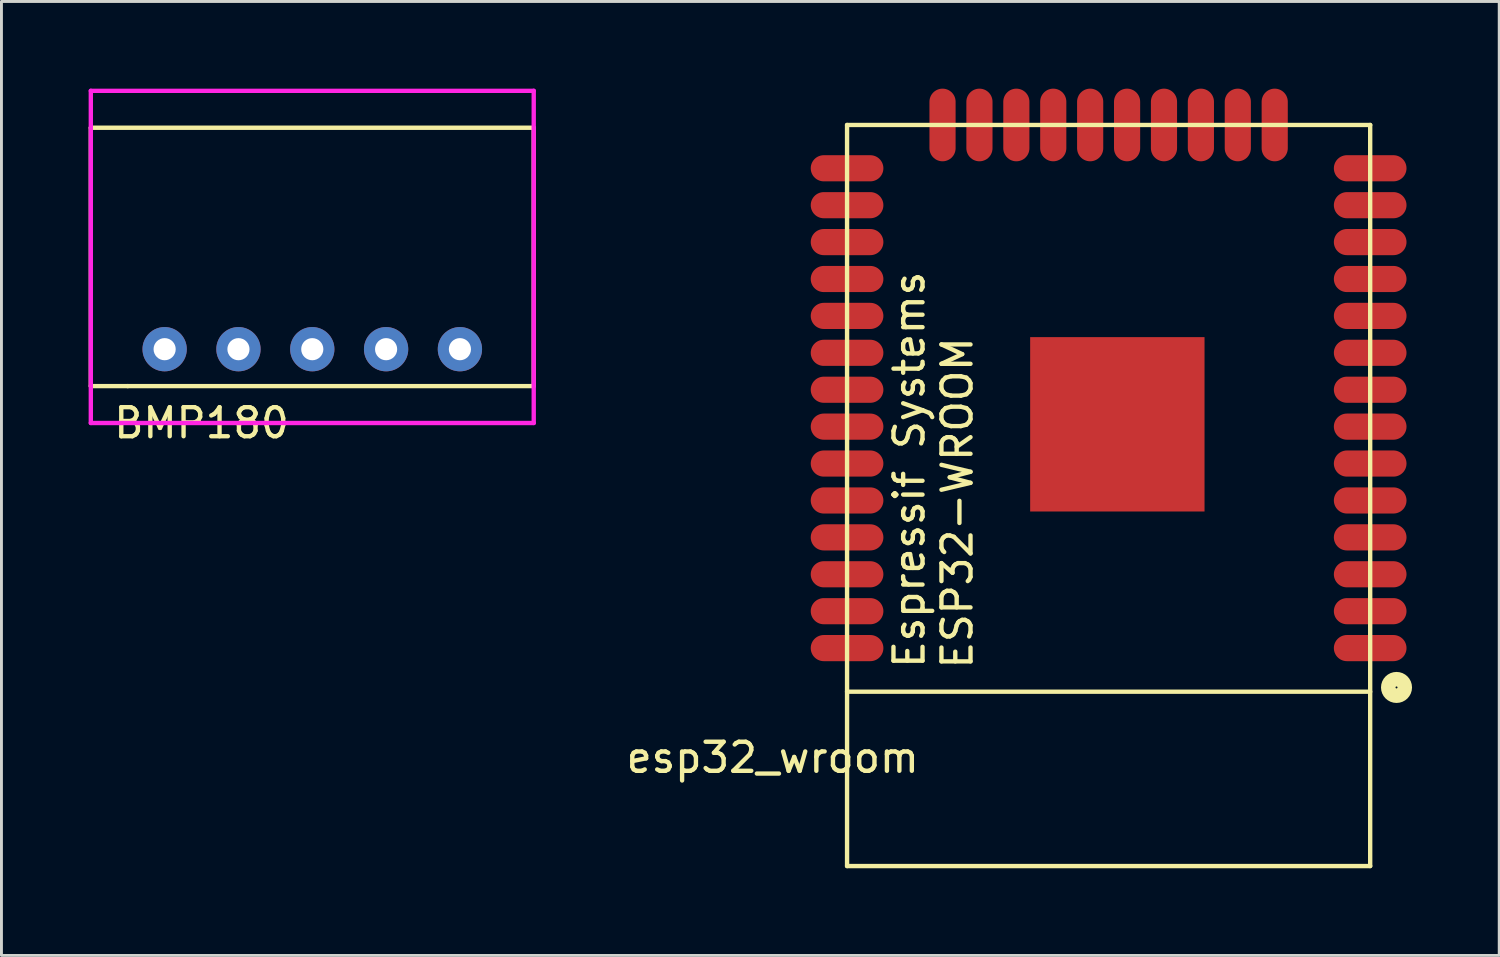
<source format=kicad_pcb>
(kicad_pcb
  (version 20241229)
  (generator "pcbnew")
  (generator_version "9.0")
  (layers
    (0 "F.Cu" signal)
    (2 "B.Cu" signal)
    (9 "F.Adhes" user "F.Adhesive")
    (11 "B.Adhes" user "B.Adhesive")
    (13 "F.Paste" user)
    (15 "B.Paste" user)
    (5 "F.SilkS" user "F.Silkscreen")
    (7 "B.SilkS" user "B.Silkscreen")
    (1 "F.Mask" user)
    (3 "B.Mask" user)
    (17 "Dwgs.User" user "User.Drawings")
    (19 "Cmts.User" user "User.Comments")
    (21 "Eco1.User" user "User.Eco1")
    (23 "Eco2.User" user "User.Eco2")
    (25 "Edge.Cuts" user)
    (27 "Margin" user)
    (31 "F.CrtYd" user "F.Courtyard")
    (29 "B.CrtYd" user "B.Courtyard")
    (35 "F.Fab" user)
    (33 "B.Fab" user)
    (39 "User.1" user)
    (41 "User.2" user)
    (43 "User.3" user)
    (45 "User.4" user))
  (footprint "esp32_wroom"
    (layer "F.Cu")
    (at 35.096 14)
    (property "Reference" "esp32_wroom" (at -11.557 9.017 0) (layer "F.SilkS") (effects (font (size 1 1) (thickness 0.15))))
    (attr through_hole)
    (fp_line (start -9 -12.75) (end 9 -12.75) (stroke (width 0.15) (type solid)) (layer "F.SilkS"))
    (fp_line (start -9 6.75) (end 9 6.75) (stroke (width 0.15) (type solid)) (layer "F.SilkS"))
    (fp_line (start -9 12.75) (end -9 -12.75) (stroke (width 0.15) (type solid)) (layer "F.SilkS"))
    (fp_line (start -9 12.75) (end 9 12.75) (stroke (width 0.15) (type solid)) (layer "F.SilkS"))
    (fp_line (start 9 12.75) (end 9 -12.75) (stroke (width 0.15) (type solid)) (layer "F.SilkS"))
    (fp_circle (center 9.906 6.604) (end 10.033 6.858) (stroke (width 0.5) (type solid)) (fill no) (layer "F.SilkS"))
    (fp_text user "ESP32-WROOM" (at -5.207 0.254 90) (layer "F.SilkS") (effects (font (size 1 1) (thickness 0.15))))
    (fp_text user "Espressif Systems" (at -6.858 -0.889 90) (layer "F.SilkS") (effects (font (size 1 1) (thickness 0.15))))
    (pad "1" smd oval (at 9 5.25) (size 2.5 0.9) (layers "F.Cu" "F.Mask" "F.Paste"))
    (pad "2" smd oval (at 9 3.98) (size 2.5 0.9) (layers "F.Cu" "F.Mask" "F.Paste"))
    (pad "3" smd oval (at 9 2.71) (size 2.5 0.9) (layers "F.Cu" "F.Mask" "F.Paste"))
    (pad "4" smd oval (at 9 1.44) (size 2.5 0.9) (layers "F.Cu" "F.Mask" "F.Paste"))
    (pad "5" smd oval (at 9 0.17) (size 2.5 0.9) (layers "F.Cu" "F.Mask" "F.Paste"))
    (pad "6" smd oval (at 9 -1.1) (size 2.5 0.9) (layers "F.Cu" "F.Mask" "F.Paste"))
    (pad "7" smd oval (at 9 -2.37) (size 2.5 0.9) (layers "F.Cu" "F.Mask" "F.Paste"))
    (pad "8" smd oval (at 9 -3.64) (size 2.5 0.9) (layers "F.Cu" "F.Mask" "F.Paste"))
    (pad "9" smd oval (at 9 -4.91) (size 2.5 0.9) (layers "F.Cu" "F.Mask" "F.Paste"))
    (pad "10" smd oval (at 9 -6.18) (size 2.5 0.9) (layers "F.Cu" "F.Mask" "F.Paste"))
    (pad "11" smd oval (at 9 -7.45) (size 2.5 0.9) (layers "F.Cu" "F.Mask" "F.Paste"))
    (pad "12" smd oval (at 9 -8.72) (size 2.5 0.9) (layers "F.Cu" "F.Mask" "F.Paste"))
    (pad "13" smd oval (at 9 -9.99) (size 2.5 0.9) (layers "F.Cu" "F.Mask" "F.Paste"))
    (pad "14" smd oval (at 9 -11.26) (size 2.5 0.9) (layers "F.Cu" "F.Mask" "F.Paste"))
    (pad "15" smd oval (at 5.715 -12.75) (size 0.9 2.5) (layers "F.Cu" "F.Mask" "F.Paste"))
    (pad "16" smd oval (at 4.445 -12.75) (size 0.9 2.5) (layers "F.Cu" "F.Mask" "F.Paste"))
    (pad "17" smd oval (at 3.175 -12.75) (size 0.9 2.5) (layers "F.Cu" "F.Mask" "F.Paste"))
    (pad "18" smd oval (at 1.905 -12.75) (size 0.9 2.5) (layers "F.Cu" "F.Mask" "F.Paste"))
    (pad "19" smd oval (at 0.635 -12.75) (size 0.9 2.5) (layers "F.Cu" "F.Mask" "F.Paste"))
    (pad "20" smd oval (at -0.635 -12.75) (size 0.9 2.5) (layers "F.Cu" "F.Mask" "F.Paste"))
    (pad "21" smd oval (at -1.905 -12.75) (size 0.9 2.5) (layers "F.Cu" "F.Mask" "F.Paste"))
    (pad "22" smd oval (at -3.175 -12.75) (size 0.9 2.5) (layers "F.Cu" "F.Mask" "F.Paste"))
    (pad "23" smd oval (at -4.445 -12.75) (size 0.9 2.5) (layers "F.Cu" "F.Mask" "F.Paste"))
    (pad "24" smd oval (at -5.715 -12.75) (size 0.9 2.5) (layers "F.Cu" "F.Mask" "F.Paste"))
    (pad "25" smd oval (at -9 -11.26) (size 2.5 0.9) (layers "F.Cu" "F.Mask" "F.Paste"))
    (pad "26" smd oval (at -9 -9.99) (size 2.5 0.9) (layers "F.Cu" "F.Mask" "F.Paste"))
    (pad "27" smd oval (at -9 -8.72) (size 2.5 0.9) (layers "F.Cu" "F.Mask" "F.Paste"))
    (pad "28" smd oval (at -9 -7.45) (size 2.5 0.9) (layers "F.Cu" "F.Mask" "F.Paste"))
    (pad "29" smd oval (at -9 -6.18) (size 2.5 0.9) (layers "F.Cu" "F.Mask" "F.Paste"))
    (pad "30" smd oval (at -9 -4.91) (size 2.5 0.9) (layers "F.Cu" "F.Mask" "F.Paste"))
    (pad "31" smd oval (at -9 -3.64) (size 2.5 0.9) (layers "F.Cu" "F.Mask" "F.Paste"))
    (pad "32" smd oval (at -9 -2.37) (size 2.5 0.9) (layers "F.Cu" "F.Mask" "F.Paste"))
    (pad "33" smd oval (at -9 -1.1) (size 2.5 0.9) (layers "F.Cu" "F.Mask" "F.Paste"))
    (pad "34" smd oval (at -9 0.17) (size 2.5 0.9) (layers "F.Cu" "F.Mask" "F.Paste"))
    (pad "35" smd oval (at -9 1.44) (size 2.5 0.9) (layers "F.Cu" "F.Mask" "F.Paste"))
    (pad "36" smd oval (at -9 2.71) (size 2.5 0.9) (layers "F.Cu" "F.Mask" "F.Paste"))
    (pad "37" smd oval (at -9 3.98) (size 2.5 0.9) (layers "F.Cu" "F.Mask" "F.Paste"))
    (pad "38" smd oval (at -9 5.25) (size 2.5 0.9) (layers "F.Cu" "F.Mask" "F.Paste"))
    (pad "39" smd rect (at 0.3 -2.45) (size 6 6) (layers "F.Cu" "F.Mask" "F.Paste")))
  (footprint "BMP180"
    (layer "F.Cu")
    (at 2.615 8.965)
    (property "Reference" "BMP180" (at 1.27 2.54 0) (layer "F.SilkS") (effects (font (size 1 1) (thickness 0.15))))
    (attr through_hole)
    (fp_line (start -2.54 -7.62) (end -2.54 1.27) (stroke (width 0.15) (type solid)) (layer "F.SilkS"))
    (fp_line (start -2.54 1.27) (end -1.27 1.27) (stroke (width 0.15) (type solid)) (layer "F.SilkS"))
    (fp_line (start -1.27 1.27) (end 12.7 1.27) (stroke (width 0.15) (type solid)) (layer "F.SilkS"))
    (fp_line (start 12.7 -7.62) (end -2.54 -7.62) (stroke (width 0.15) (type solid)) (layer "F.SilkS"))
    (fp_line (start 12.7 1.27) (end 12.7 -7.62) (stroke (width 0.15) (type solid)) (layer "F.SilkS"))
    (fp_line (start -2.54 -8.89) (end 12.7 -8.89) (stroke (width 0.15) (type solid)) (layer "F.CrtYd"))
    (fp_line (start -2.54 2.54) (end -2.54 -8.89) (stroke (width 0.15) (type solid)) (layer "F.CrtYd"))
    (fp_line (start 12.7 -8.89) (end 12.7 2.54) (stroke (width 0.15) (type solid)) (layer "F.CrtYd"))
    (fp_line (start 12.7 2.54) (end -2.54 2.54) (stroke (width 0.15) (type solid)) (layer "F.CrtYd"))
    (pad "1" thru_hole circle (at 0 0) (size 1.524 1.524) (drill 0.762) (layers "*.Cu" "*.Mask"))
    (pad "2" thru_hole circle (at 2.54 0) (size 1.524 1.524) (drill 0.762) (layers "*.Cu" "*.Mask"))
    (pad "3" thru_hole circle (at 5.08 0) (size 1.524 1.524) (drill 0.762) (layers "*.Cu" "*.Mask"))
    (pad "4" thru_hole circle (at 7.62 0) (size 1.524 1.524) (drill 0.762) (layers "*.Cu" "*.Mask"))
    (pad "5" thru_hole circle (at 10.16 0) (size 1.524 1.524) (drill 0.762) (layers "*.Cu" "*.Mask")))
  (gr_rect
    (start -3 -3)
    (end 48.536 29.825)
    (stroke (width 0.1) (type default))
    (fill no)
    (layer "Edge.Cuts")))
</source>
